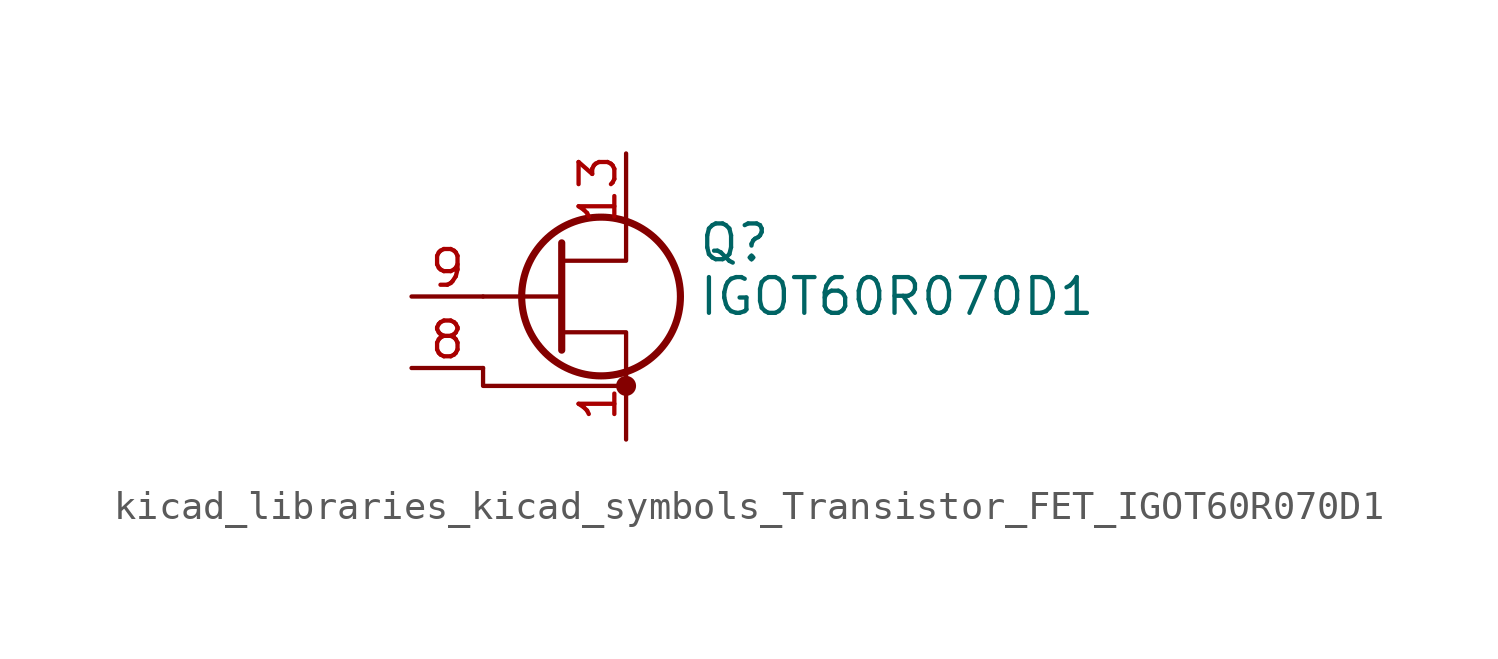
<source format=kicad_sym>
(kicad_symbol_lib
  (version 20220914)
  (generator kicad_symbol_editor)
  (symbol "kicad_libraries_kicad_symbols_Transistor_FET_IGOT60R070D1"
    (pin_names
      (offset 0) hide)
    (property "Reference" "Q"
      (at 5.08 1.905 0)
      (effects (font (size 1.27 1.27)) (justify left)))
    (property "Value" "IGOT60R070D1"
      (at 5.08 0 0)
      (effects (font (size 1.27 1.27)) (justify left)))
    (symbol "kicad_libraries_kicad_symbols_Transistor_FET_IGOT60R070D1_0_1"
      (polyline (pts (xy -2.54 0) (xy 0.254 0)) (stroke (width 0) (type default)) (fill (type none)))
      (polyline (pts (xy -2.54 -2.54) (xy -2.54 -3.175) (xy 2.54 -3.175)) (stroke (width 0) (type default)) (fill (type none)))
      (polyline (pts (xy 0.254 -1.27) (xy 2.54 -1.27) (xy 2.54 -2.54)) (stroke (width 0) (type default)) (fill (type none)))
      (polyline (pts (xy 0.254 1.905) (xy 0.254 -1.905) (xy 0.254 -1.905)) (stroke (width 0.254) (type default)) (fill (type none)))
      (polyline (pts (xy 2.54 2.54) (xy 2.54 1.27) (xy 0.254 1.27)) (stroke (width 0) (type default)) (fill (type none)))
      (circle (center 1.651 0) (radius 2.819) (stroke (width 0.254) (type default)) (fill (type none)))
      (circle (center 2.54 -3.175) (radius 0.279) (stroke (width 0) (type default)) (fill (type outline))))
    (symbol "kicad_libraries_kicad_symbols_Transistor_FET_IGOT60R070D1_1_1"
      (pin passive line (at 2.54 -5.08 90) (length 2.54) (name "S" (effects (font (size 1.27 1.27)))) (number "1" (effects (font (size 1.27 1.27)))))
      (pin input line (at -5.08 0 0) (length 2.54) hide (name "G" (effects (font (size 1.27 1.27)))) (number "10" (effects (font (size 1.27 1.27)))))
      (pin passive line (at 2.54 5.08 270) (length 2.54) (name "D" (effects (font (size 1.27 1.27)))) (number "13" (effects (font (size 1.27 1.27)))))
      (pin passive line (at 2.54 5.08 270) (length 2.54) hide (name "D" (effects (font (size 1.27 1.27)))) (number "14" (effects (font (size 1.27 1.27)))))
      (pin passive line (at 2.54 5.08 270) (length 2.54) hide (name "D" (effects (font (size 1.27 1.27)))) (number "15" (effects (font (size 1.27 1.27)))))
      (pin passive line (at 2.54 5.08 270) (length 2.54) hide (name "D" (effects (font (size 1.27 1.27)))) (number "16" (effects (font (size 1.27 1.27)))))
      (pin passive line (at 2.54 5.08 270) (length 2.54) hide (name "D" (effects (font (size 1.27 1.27)))) (number "17" (effects (font (size 1.27 1.27)))))
      (pin passive line (at 2.54 5.08 270) (length 2.54) hide (name "D" (effects (font (size 1.27 1.27)))) (number "18" (effects (font (size 1.27 1.27)))))
      (pin passive line (at 2.54 -5.08 90) (length 2.54) hide (name "S" (effects (font (size 1.27 1.27)))) (number "2" (effects (font (size 1.27 1.27)))))
      (pin passive line (at 2.54 -5.08 90) (length 2.54) hide (name "S" (effects (font (size 1.27 1.27)))) (number "3" (effects (font (size 1.27 1.27)))))
      (pin passive line (at 2.54 -5.08 90) (length 2.54) hide (name "S" (effects (font (size 1.27 1.27)))) (number "4" (effects (font (size 1.27 1.27)))))
      (pin passive line (at 2.54 -5.08 90) (length 2.54) hide (name "S" (effects (font (size 1.27 1.27)))) (number "5" (effects (font (size 1.27 1.27)))))
      (pin passive line (at 2.54 -5.08 90) (length 2.54) hide (name "S" (effects (font (size 1.27 1.27)))) (number "6" (effects (font (size 1.27 1.27)))))
      (pin passive line (at 2.54 -5.08 90) (length 2.54) hide (name "S" (effects (font (size 1.27 1.27)))) (number "7" (effects (font (size 1.27 1.27)))))
      (pin passive line (at -5.08 -2.54 0) (length 2.54) (name "SS" (effects (font (size 1.27 1.27)))) (number "8" (effects (font (size 1.27 1.27)))))
      (pin input line (at -5.08 0 0) (length 2.54) (name "G" (effects (font (size 1.27 1.27)))) (number "9" (effects (font (size 1.27 1.27))))))))
</source>
